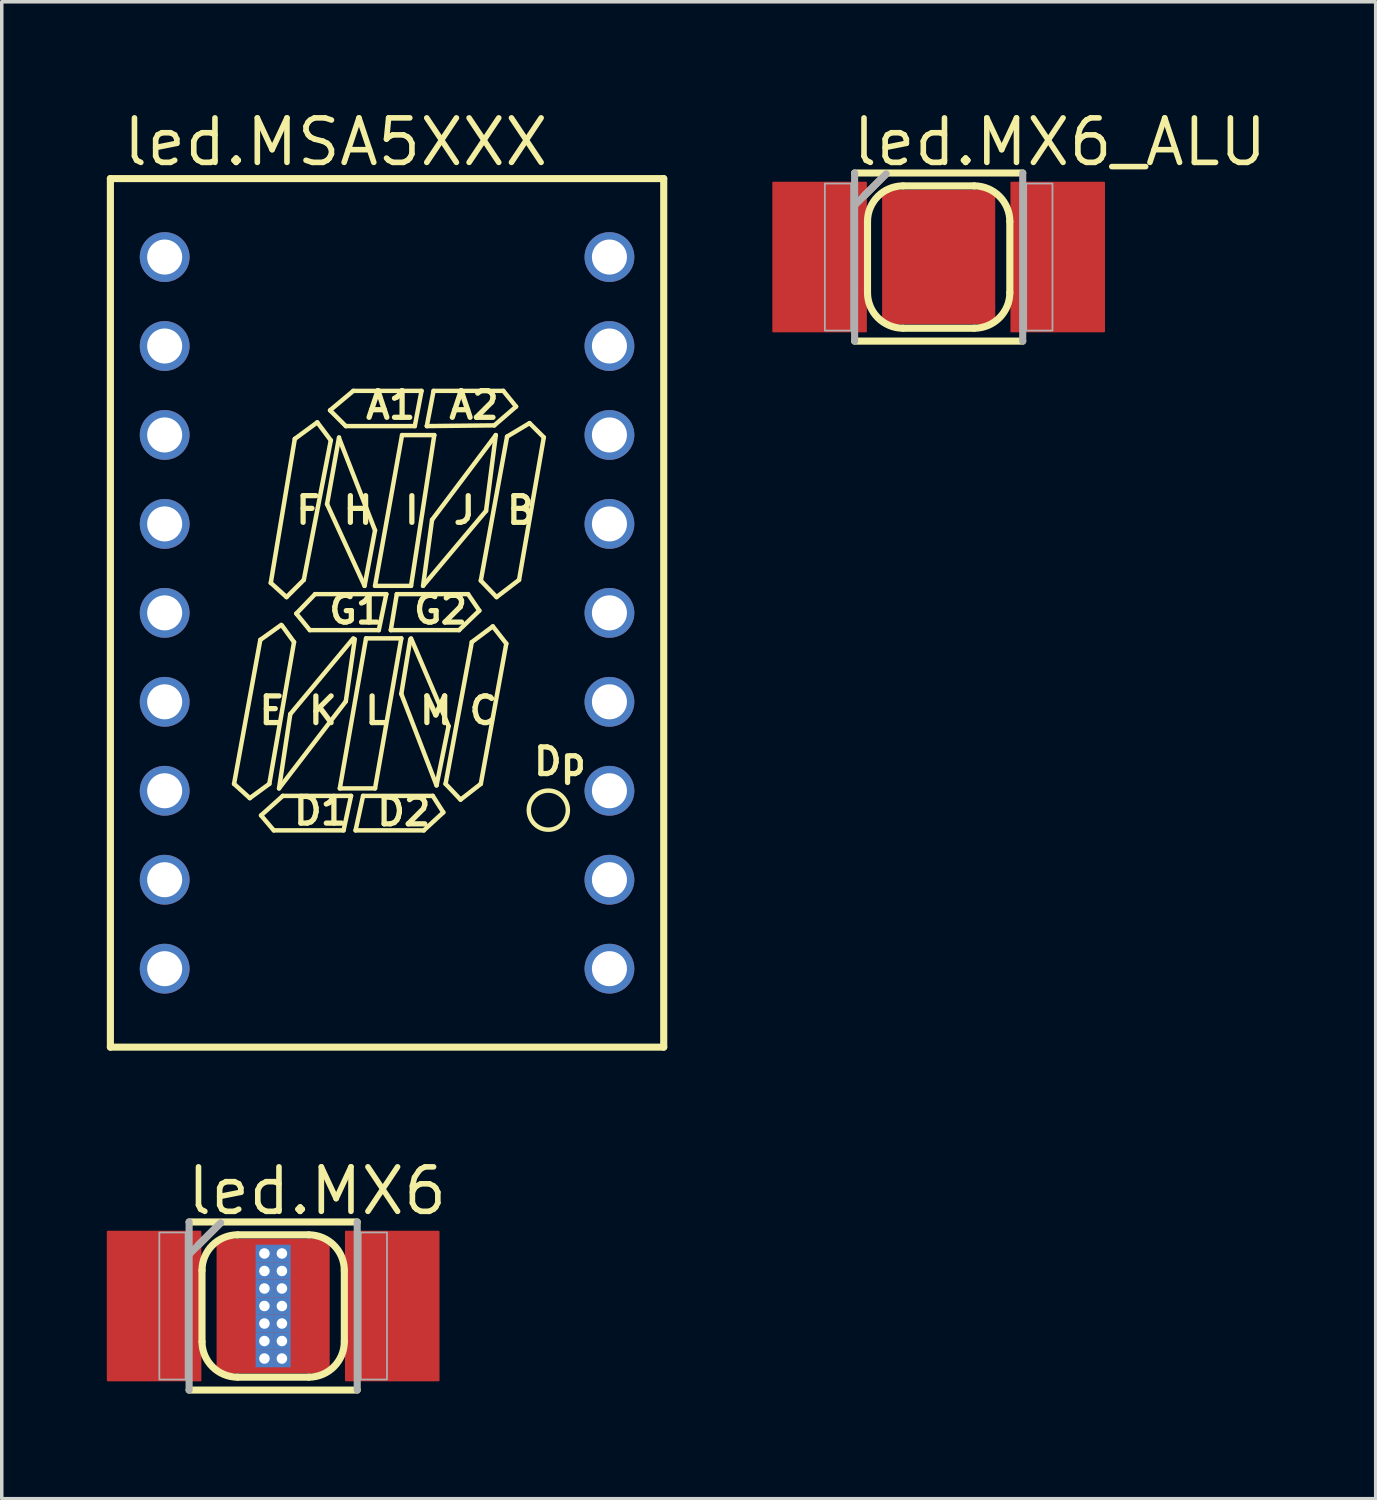
<source format=kicad_pcb>
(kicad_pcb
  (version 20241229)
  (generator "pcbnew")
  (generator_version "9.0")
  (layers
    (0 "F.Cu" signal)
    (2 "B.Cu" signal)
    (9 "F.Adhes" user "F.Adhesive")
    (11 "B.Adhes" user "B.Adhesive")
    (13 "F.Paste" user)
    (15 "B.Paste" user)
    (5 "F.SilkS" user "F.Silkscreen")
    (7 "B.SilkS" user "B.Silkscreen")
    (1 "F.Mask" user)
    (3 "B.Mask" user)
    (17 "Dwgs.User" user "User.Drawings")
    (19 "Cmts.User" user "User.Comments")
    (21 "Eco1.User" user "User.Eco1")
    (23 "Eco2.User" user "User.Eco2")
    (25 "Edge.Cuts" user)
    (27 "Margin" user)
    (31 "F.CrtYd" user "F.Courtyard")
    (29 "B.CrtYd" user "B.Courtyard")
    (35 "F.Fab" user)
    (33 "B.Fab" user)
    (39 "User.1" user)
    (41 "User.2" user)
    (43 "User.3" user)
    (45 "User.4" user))
  (footprint "led.MX6_ALU"
    (layer "F.Cu")
    (at 23.753 4.29)
    (property "Reference" "led.MX6_ALU" (at -2.54 -2.54 0) (layer "F.SilkS") (effects (font (size 1.27 1.27) (thickness 0.16)) (justify left bottom)))
    (attr smd)
    (fp_rect (start -4 2.125) (end -2.1 -2.125) (stroke (width 0.05) (type default)) (fill yes) (layer "F.Mask"))
    (fp_rect (start -0.65 1.95) (end 0.65 -1.95) (stroke (width 0.05) (type default)) (fill yes) (layer "F.Mask"))
    (fp_rect (start 2.1 2.125) (end 4 -2.125) (stroke (width 0.05) (type default)) (fill yes) (layer "F.Mask"))
    (fp_line (start -2.4 -2.4) (end 2.4 -2.4) (stroke (width 0.203) (type default)) (layer "F.SilkS"))
    (fp_line (start -2.125 -1.75) (end -1.5 -2.375) (stroke (width 0.203) (type default)) (layer "F.SilkS"))
    (fp_line (start -2.032 1.016) (end -2.032 -1.016) (stroke (width 0.203) (type default)) (layer "F.SilkS"))
    (fp_line (start -1.016 -2.032) (end 1.016 -2.032) (stroke (width 0.203) (type default)) (layer "F.SilkS"))
    (fp_line (start 1.016 2.032) (end -1.016 2.032) (stroke (width 0.203) (type default)) (layer "F.SilkS"))
    (fp_line (start 2.032 1.016) (end 2.032 -1.016) (stroke (width 0.203) (type default)) (layer "F.SilkS"))
    (fp_line (start 2.4 2.4) (end -2.4 2.4) (stroke (width 0.203) (type default)) (layer "F.SilkS"))
    (fp_arc (start -2.032 -1.016) (mid -1.73442 -1.73442) (end -1.016 -2.032) (stroke (width 0.2032) (type default)) (layer "F.SilkS"))
    (fp_arc (start -1.016 2.032) (mid -1.73442 1.73442) (end -2.032 1.016) (stroke (width 0.2032) (type default)) (layer "F.SilkS"))
    (fp_arc (start 1.016 -2.032) (mid 1.73442 -1.73442) (end 2.032 -1.016) (stroke (width 0.2032) (type default)) (layer "F.SilkS"))
    (fp_arc (start 2.032 1.016) (mid 1.73442 1.73442) (end 1.016 2.032) (stroke (width 0.2032) (type default)) (layer "F.SilkS"))
    (fp_rect (start -3.625 2) (end -2.25 -2) (stroke (width 0.05) (type default)) (fill yes) (layer "F.Paste"))
    (fp_rect (start -0.5 1.75) (end 0.5 -1.75) (stroke (width 0.05) (type default)) (fill yes) (layer "F.Paste"))
    (fp_rect (start 2.25 2) (end 3.625 -2) (stroke (width 0.05) (type default)) (fill yes) (layer "F.Paste"))
    (fp_line (start -2.4 2.4) (end -2.4 -2.4) (stroke (width 0.203) (type default)) (layer "F.Fab"))
    (fp_line (start -2.375 -1.5) (end -1.5 -2.375) (stroke (width 0.203) (type default)) (layer "F.Fab"))
    (fp_line (start 2.4 -2.4) (end 2.4 2.4) (stroke (width 0.203) (type default)) (layer "F.Fab"))
    (fp_rect (start -3.25 2.1) (end -2.5 -2.1) (stroke (width 0.05) (type default)) (fill no) (layer "F.Fab"))
    (fp_rect (start 2.5 2.1) (end 3.25 -2.1) (stroke (width 0.05) (type default)) (fill no) (layer "F.Fab"))
    (pad "A" smd roundrect (at 3.4 0 180) (size 2.7 4.3) (layers "F.Cu" "F.Mask" "F.Paste") (roundrect_rratio 0.01))
    (pad "K" smd roundrect (at -3.4 0) (size 2.7 4.3) (layers "F.Cu" "F.Mask" "F.Paste") (roundrect_rratio 0.01))
    (pad "TH" smd roundrect (at 0 0) (size 3.23 3.84) (layers "F.Cu" "F.Mask" "F.Paste") (roundrect_rratio 0.01)))
  (footprint "led.MX6"
    (layer "F.Cu")
    (at 4.75 34.242)
    (property "Reference" "led.MX6" (at -2.54 -2.54 0) (layer "F.SilkS") (effects (font (size 1.27 1.27) (thickness 0.16)) (justify left bottom)))
    (attr smd)
    (fp_rect (start -4 2.125) (end -2.1 -2.125) (stroke (width 0.05) (type default)) (fill yes) (layer "F.Mask"))
    (fp_rect (start -0.65 1.95) (end 0.65 -1.95) (stroke (width 0.05) (type default)) (fill yes) (layer "F.Mask"))
    (fp_rect (start 2.1 2.125) (end 4 -2.125) (stroke (width 0.05) (type default)) (fill yes) (layer "F.Mask"))
    (fp_line (start -2.4 -2.4) (end 2.4 -2.4) (stroke (width 0.203) (type default)) (layer "F.SilkS"))
    (fp_line (start -2.125 -1.75) (end -1.5 -2.375) (stroke (width 0.203) (type default)) (layer "F.SilkS"))
    (fp_line (start -2.032 1.016) (end -2.032 -1.016) (stroke (width 0.203) (type default)) (layer "F.SilkS"))
    (fp_line (start -1.016 -2.032) (end 1.016 -2.032) (stroke (width 0.203) (type default)) (layer "F.SilkS"))
    (fp_line (start 1.016 2.032) (end -1.016 2.032) (stroke (width 0.203) (type default)) (layer "F.SilkS"))
    (fp_line (start 2.032 1.016) (end 2.032 -1.016) (stroke (width 0.203) (type default)) (layer "F.SilkS"))
    (fp_line (start 2.4 2.4) (end -2.4 2.4) (stroke (width 0.203) (type default)) (layer "F.SilkS"))
    (fp_arc (start -2.032 -1.016) (mid -1.73442 -1.73442) (end -1.016 -2.032) (stroke (width 0.2032) (type default)) (layer "F.SilkS"))
    (fp_arc (start -1.016 2.032) (mid -1.73442 1.73442) (end -2.032 1.016) (stroke (width 0.2032) (type default)) (layer "F.SilkS"))
    (fp_arc (start 1.016 -2.032) (mid 1.73442 -1.73442) (end 2.032 -1.016) (stroke (width 0.2032) (type default)) (layer "F.SilkS"))
    (fp_arc (start 2.032 1.016) (mid 1.73442 1.73442) (end 1.016 2.032) (stroke (width 0.2032) (type default)) (layer "F.SilkS"))
    (fp_rect (start -3.625 2) (end -2.25 -2) (stroke (width 0.05) (type default)) (fill yes) (layer "F.Paste"))
    (fp_rect (start -0.5 1.75) (end 0.5 -1.75) (stroke (width 0.05) (type default)) (fill yes) (layer "F.Paste"))
    (fp_rect (start 2.25 2) (end 3.625 -2) (stroke (width 0.05) (type default)) (fill yes) (layer "F.Paste"))
    (fp_line (start -2.4 2.4) (end -2.4 -2.4) (stroke (width 0.203) (type default)) (layer "F.Fab"))
    (fp_line (start -2.375 -1.5) (end -1.5 -2.375) (stroke (width 0.203) (type default)) (layer "F.Fab"))
    (fp_line (start 2.4 -2.4) (end 2.4 2.4) (stroke (width 0.203) (type default)) (layer "F.Fab"))
    (fp_rect (start -3.25 2.1) (end -2.5 -2.1) (stroke (width 0.05) (type default)) (fill no) (layer "F.Fab"))
    (fp_rect (start 2.5 2.1) (end 3.25 -2.1) (stroke (width 0.05) (type default)) (fill no) (layer "F.Fab"))
    (pad "A" smd roundrect (at 3.4 0 180) (size 2.7 4.3) (layers "F.Cu" "F.Mask" "F.Paste") (roundrect_rratio 0.01))
    (pad "K" smd roundrect (at -3.4 0) (size 2.7 4.3) (layers "F.Cu" "F.Mask" "F.Paste") (roundrect_rratio 0.01))
    (pad "TH" smd roundrect (at 0 0) (size 3.23 3.84) (layers "F.Cu" "F.Mask" "F.Paste") (roundrect_rratio 0.01))
    (pad "TH@1" thru_hole rect (at -0.25 -1.5) (size 0.5 0.5) (drill 0.3) (layers "*.Cu" "*.Mask"))
    (pad "TH@2" thru_hole rect (at -0.25 -1) (size 0.5 0.5) (drill 0.3) (layers "*.Cu" "*.Mask"))
    (pad "TH@3" thru_hole rect (at -0.25 -0.5) (size 0.5 0.5) (drill 0.3) (layers "*.Cu" "*.Mask"))
    (pad "TH@4" thru_hole rect (at -0.25 0) (size 0.5 0.5) (drill 0.3) (layers "*.Cu" "*.Mask"))
    (pad "TH@5" thru_hole rect (at -0.25 0.5) (size 0.5 0.5) (drill 0.3) (layers "*.Cu" "*.Mask"))
    (pad "TH@6" thru_hole rect (at -0.25 1) (size 0.5 0.5) (drill 0.3) (layers "*.Cu" "*.Mask"))
    (pad "TH@7" thru_hole rect (at -0.25 1.5) (size 0.5 0.5) (drill 0.3) (layers "*.Cu" "*.Mask"))
    (pad "TH@8" thru_hole rect (at 0.25 -1.5) (size 0.5 0.5) (drill 0.3) (layers "*.Cu" "*.Mask"))
    (pad "TH@9" thru_hole rect (at 0.25 -1) (size 0.5 0.5) (drill 0.3) (layers "*.Cu" "*.Mask"))
    (pad "TH@10" thru_hole rect (at 0.25 -0.5) (size 0.5 0.5) (drill 0.3) (layers "*.Cu" "*.Mask"))
    (pad "TH@11" thru_hole rect (at 0.25 0) (size 0.5 0.5) (drill 0.3) (layers "*.Cu" "*.Mask"))
    (pad "TH@12" thru_hole rect (at 0.25 0.5) (size 0.5 0.5) (drill 0.3) (layers "*.Cu" "*.Mask"))
    (pad "TH@13" thru_hole rect (at 0.25 1) (size 0.5 0.5) (drill 0.3) (layers "*.Cu" "*.Mask"))
    (pad "TH@14" thru_hole rect (at 0.25 1.5) (size 0.5 0.5) (drill 0.3) (layers "*.Cu" "*.Mask")))
  (footprint "led.MSA5XXX"
    (layer "F.Cu")
    (at 8.002 14.45)
    (property "Reference" "led.MSA5XXX" (at -7.62 -12.7 0) (layer "F.SilkS") (effects (font (size 1.27 1.27) (thickness 0.16)) (justify left bottom)))
    (attr through_hole)
    (fp_line (start -7.9 -12.4) (end 7.9 -12.4) (stroke (width 0.203) (type default)) (layer "F.SilkS"))
    (fp_line (start -7.9 12.4) (end -7.9 -12.4) (stroke (width 0.203) (type default)) (layer "F.SilkS"))
    (fp_line (start -4.369 4.883) (end -3.619 0.771) (stroke (width 0.127) (type default)) (layer "F.SilkS"))
    (fp_line (start -3.919 5.29) (end -4.369 4.883) (stroke (width 0.127) (type default)) (layer "F.SilkS"))
    (fp_line (start -3.619 0.771) (end -3.02 0.343) (stroke (width 0.127) (type default)) (layer "F.SilkS"))
    (fp_line (start -3.598 5.783) (end -2.977 5.226) (stroke (width 0.127) (type default)) (layer "F.SilkS"))
    (fp_line (start -3.362 4.883) (end -3.919 5.29) (stroke (width 0.127) (type default)) (layer "F.SilkS"))
    (fp_line (start -3.32 -0.857) (end -2.634 -4.969) (stroke (width 0.127) (type default)) (layer "F.SilkS"))
    (fp_line (start -3.234 6.211) (end -3.598 5.783) (stroke (width 0.127) (type default)) (layer "F.SilkS"))
    (fp_line (start -3.084 5.012) (end -2.763 2.891) (stroke (width 0.127) (type default)) (layer "F.SilkS"))
    (fp_line (start -2.998 0.364) (end -2.656 0.835) (stroke (width 0.127) (type default)) (layer "F.SilkS"))
    (fp_line (start -2.977 5.226) (end -1.028 5.226) (stroke (width 0.127) (type default)) (layer "F.SilkS"))
    (fp_line (start -2.87 -0.45) (end -3.32 -0.857) (stroke (width 0.127) (type default)) (layer "F.SilkS"))
    (fp_line (start -2.763 2.891) (end -0.964 0.728) (stroke (width 0.127) (type default)) (layer "F.SilkS"))
    (fp_line (start -2.656 0.835) (end -3.362 4.883) (stroke (width 0.127) (type default)) (layer "F.SilkS"))
    (fp_line (start -2.634 -4.969) (end -1.992 -5.44) (stroke (width 0.127) (type default)) (layer "F.SilkS"))
    (fp_line (start -2.591 0.021) (end -2.056 -0.535) (stroke (width 0.127) (type default)) (layer "F.SilkS"))
    (fp_line (start -2.377 -0.942) (end -2.87 -0.45) (stroke (width 0.127) (type default)) (layer "F.SilkS"))
    (fp_line (start -2.206 0.493) (end -2.591 0.021) (stroke (width 0.127) (type default)) (layer "F.SilkS"))
    (fp_line (start -2.056 -0.535) (end -0.021 -0.535) (stroke (width 0.127) (type default)) (layer "F.SilkS"))
    (fp_line (start -1.992 -5.44) (end -1.606 -4.926) (stroke (width 0.127) (type default)) (layer "F.SilkS"))
    (fp_line (start -1.713 -3.105) (end -1.371 -5.012) (stroke (width 0.127) (type default)) (layer "F.SilkS"))
    (fp_line (start -1.628 -5.783) (end -0.964 -6.339) (stroke (width 0.127) (type default)) (layer "F.SilkS"))
    (fp_line (start -1.606 -4.926) (end -2.377 -0.942) (stroke (width 0.127) (type default)) (layer "F.SilkS"))
    (fp_line (start -1.371 -4.99) (end -0.343 -2.356) (stroke (width 0.127) (type default)) (layer "F.SilkS"))
    (fp_line (start -1.349 5.012) (end -0.6 0.728) (stroke (width 0.127) (type default)) (layer "F.SilkS"))
    (fp_line (start -1.242 6.211) (end -3.234 6.211) (stroke (width 0.127) (type default)) (layer "F.SilkS"))
    (fp_line (start -1.178 -5.333) (end -1.628 -5.783) (stroke (width 0.127) (type default)) (layer "F.SilkS"))
    (fp_line (start -1.178 2.527) (end -3.084 5.012) (stroke (width 0.127) (type default)) (layer "F.SilkS"))
    (fp_line (start -1.028 5.226) (end -1.242 6.211) (stroke (width 0.127) (type default)) (layer "F.SilkS"))
    (fp_line (start -0.964 -6.339) (end 0.985 -6.339) (stroke (width 0.127) (type default)) (layer "F.SilkS"))
    (fp_line (start -0.921 0.75) (end -1.178 2.527) (stroke (width 0.127) (type default)) (layer "F.SilkS"))
    (fp_line (start -0.899 6.211) (end -0.685 5.226) (stroke (width 0.127) (type default)) (layer "F.SilkS"))
    (fp_line (start -0.685 5.226) (end 1.306 5.226) (stroke (width 0.127) (type default)) (layer "F.SilkS"))
    (fp_line (start -0.642 -0.771) (end -1.713 -3.105) (stroke (width 0.127) (type default)) (layer "F.SilkS"))
    (fp_line (start -0.6 0.728) (end 0.407 0.728) (stroke (width 0.127) (type default)) (layer "F.SilkS"))
    (fp_line (start -0.343 -2.356) (end -0.642 -0.771) (stroke (width 0.127) (type default)) (layer "F.SilkS"))
    (fp_line (start -0.343 -0.771) (end 0.428 -5.076) (stroke (width 0.127) (type default)) (layer "F.SilkS"))
    (fp_line (start -0.343 5.012) (end -1.349 5.012) (stroke (width 0.127) (type default)) (layer "F.SilkS"))
    (fp_line (start -0.236 0.493) (end -2.206 0.493) (stroke (width 0.127) (type default)) (layer "F.SilkS"))
    (fp_line (start -0.021 -0.535) (end -0.236 0.493) (stroke (width 0.127) (type default)) (layer "F.SilkS"))
    (fp_line (start 0.107 0.493) (end 0.278 -0.535) (stroke (width 0.127) (type default)) (layer "F.SilkS"))
    (fp_line (start 0.278 -0.535) (end 2.313 -0.535) (stroke (width 0.127) (type default)) (layer "F.SilkS"))
    (fp_line (start 0.407 0.728) (end -0.343 5.012) (stroke (width 0.127) (type default)) (layer "F.SilkS"))
    (fp_line (start 0.407 2.313) (end 0.664 0.75) (stroke (width 0.127) (type default)) (layer "F.SilkS"))
    (fp_line (start 0.428 -5.076) (end 1.349 -5.076) (stroke (width 0.127) (type default)) (layer "F.SilkS"))
    (fp_line (start 0.685 -0.771) (end -0.343 -0.771) (stroke (width 0.127) (type default)) (layer "F.SilkS"))
    (fp_line (start 0.685 0.728) (end 1.756 3.234) (stroke (width 0.127) (type default)) (layer "F.SilkS"))
    (fp_line (start 0.792 -5.333) (end -1.178 -5.333) (stroke (width 0.127) (type default)) (layer "F.SilkS"))
    (fp_line (start 0.985 -6.339) (end 0.792 -5.333) (stroke (width 0.127) (type default)) (layer "F.SilkS"))
    (fp_line (start 1.028 -0.771) (end 1.285 -2.656) (stroke (width 0.127) (type default)) (layer "F.SilkS"))
    (fp_line (start 1.049 6.211) (end -0.899 6.211) (stroke (width 0.127) (type default)) (layer "F.SilkS"))
    (fp_line (start 1.135 -5.333) (end 1.328 -6.339) (stroke (width 0.127) (type default)) (layer "F.SilkS"))
    (fp_line (start 1.285 -2.656) (end 3.105 -5.076) (stroke (width 0.127) (type default)) (layer "F.SilkS"))
    (fp_line (start 1.306 5.226) (end 1.606 5.697) (stroke (width 0.127) (type default)) (layer "F.SilkS"))
    (fp_line (start 1.328 -6.339) (end 3.32 -6.339) (stroke (width 0.127) (type default)) (layer "F.SilkS"))
    (fp_line (start 1.349 -5.076) (end 0.685 -0.771) (stroke (width 0.127) (type default)) (layer "F.SilkS"))
    (fp_line (start 1.413 4.926) (end 0.407 2.313) (stroke (width 0.127) (type default)) (layer "F.SilkS"))
    (fp_line (start 1.606 5.697) (end 1.049 6.211) (stroke (width 0.127) (type default)) (layer "F.SilkS"))
    (fp_line (start 1.671 4.883) (end 2.42 0.835) (stroke (width 0.127) (type default)) (layer "F.SilkS"))
    (fp_line (start 1.756 3.234) (end 1.413 4.926) (stroke (width 0.127) (type default)) (layer "F.SilkS"))
    (fp_line (start 2.056 0.493) (end 0.107 0.493) (stroke (width 0.127) (type default)) (layer "F.SilkS"))
    (fp_line (start 2.099 5.333) (end 1.671 4.883) (stroke (width 0.127) (type default)) (layer "F.SilkS"))
    (fp_line (start 2.313 -0.535) (end 2.634 -0.064) (stroke (width 0.127) (type default)) (layer "F.SilkS"))
    (fp_line (start 2.42 0.835) (end 3.02 0.386) (stroke (width 0.127) (type default)) (layer "F.SilkS"))
    (fp_line (start 2.634 -0.064) (end 2.056 0.493) (stroke (width 0.127) (type default)) (layer "F.SilkS"))
    (fp_line (start 2.677 -0.921) (end 3.427 -5.033) (stroke (width 0.127) (type default)) (layer "F.SilkS"))
    (fp_line (start 2.677 4.883) (end 2.099 5.333) (stroke (width 0.127) (type default)) (layer "F.SilkS"))
    (fp_line (start 2.827 -2.913) (end 1.028 -0.771) (stroke (width 0.127) (type default)) (layer "F.SilkS"))
    (fp_line (start 3.02 0.386) (end 3.405 0.878) (stroke (width 0.127) (type default)) (layer "F.SilkS"))
    (fp_line (start 3.063 -5.354) (end 1.135 -5.333) (stroke (width 0.127) (type default)) (layer "F.SilkS"))
    (fp_line (start 3.105 -5.076) (end 2.827 -2.913) (stroke (width 0.127) (type default)) (layer "F.SilkS"))
    (fp_line (start 3.127 -0.45) (end 2.677 -0.921) (stroke (width 0.127) (type default)) (layer "F.SilkS"))
    (fp_line (start 3.32 -6.339) (end 3.684 -5.89) (stroke (width 0.127) (type default)) (layer "F.SilkS"))
    (fp_line (start 3.405 0.878) (end 2.677 4.883) (stroke (width 0.127) (type default)) (layer "F.SilkS"))
    (fp_line (start 3.427 -5.033) (end 4.069 -5.418) (stroke (width 0.127) (type default)) (layer "F.SilkS"))
    (fp_line (start 3.684 -5.89) (end 3.063 -5.354) (stroke (width 0.127) (type default)) (layer "F.SilkS"))
    (fp_line (start 3.769 -0.942) (end 3.127 -0.45) (stroke (width 0.127) (type default)) (layer "F.SilkS"))
    (fp_line (start 4.069 -5.418) (end 4.476 -5.012) (stroke (width 0.127) (type default)) (layer "F.SilkS"))
    (fp_line (start 4.476 -5.012) (end 3.769 -0.942) (stroke (width 0.127) (type default)) (layer "F.SilkS"))
    (fp_line (start 7.9 -12.4) (end 7.9 12.4) (stroke (width 0.203) (type default)) (layer "F.SilkS"))
    (fp_line (start 7.9 12.4) (end -7.9 12.4) (stroke (width 0.203) (type default)) (layer "F.SilkS"))
    (fp_circle (center 4.605 5.633) (end 5.163 5.633) (stroke (width 0.127) (type default)) (fill no) (layer "F.SilkS"))
    (fp_text user "H" (at -1.328 -2.484 0) (layer "F.SilkS") (effects (font (size 0.762 0.762) (thickness 0.15)) (justify left bottom)))
    (fp_text user "D1" (at -2.741 6.104 0) (layer "F.SilkS") (effects (font (size 0.762 0.762) (thickness 0.15)) (justify left bottom)))
    (fp_text user "B" (at 3.341 -2.484 0) (layer "F.SilkS") (effects (font (size 0.762 0.762) (thickness 0.15)) (justify left bottom)))
    (fp_text user "M" (at 0.857 3.234 0) (layer "F.SilkS") (effects (font (size 0.762 0.762) (thickness 0.15)) (justify left bottom)))
    (fp_text user "J" (at 1.82 -2.484 0) (layer "F.SilkS") (effects (font (size 0.762 0.762) (thickness 0.15)) (justify left bottom)))
    (fp_text user "F" (at -2.677 -2.484 0) (layer "F.SilkS") (effects (font (size 0.762 0.762) (thickness 0.15)) (justify left bottom)))
    (fp_text user "E" (at -3.727 3.234 0) (layer "F.SilkS") (effects (font (size 0.762 0.762) (thickness 0.15)) (justify left bottom)))
    (fp_text user "Dp" (at 4.112 4.69 0) (layer "F.SilkS") (effects (font (size 0.762 0.762) (thickness 0.15)) (justify left bottom)))
    (fp_text user "K" (at -2.313 3.234 0) (layer "F.SilkS") (effects (font (size 0.762 0.762) (thickness 0.15)) (justify left bottom)))
    (fp_text user "I" (at 0.428 -2.484 0) (layer "F.SilkS") (effects (font (size 0.762 0.762) (thickness 0.15)) (justify left bottom)))
    (fp_text user "G1" (at -1.735 0.364 0) (layer "F.SilkS") (effects (font (size 0.762 0.762) (thickness 0.15)) (justify left bottom)))
    (fp_text user "C" (at 2.27 3.234 0) (layer "F.SilkS") (effects (font (size 0.762 0.762) (thickness 0.15)) (justify left bottom)))
    (fp_text user "L" (at -0.707 3.234 0) (layer "F.SilkS") (effects (font (size 0.762 0.762) (thickness 0.15)) (justify left bottom)))
    (fp_text user "D2" (at -0.364 6.125 0) (layer "F.SilkS") (effects (font (size 0.762 0.762) (thickness 0.15)) (justify left bottom)))
    (fp_text user "G2" (at 0.685 0.364 0) (layer "F.SilkS") (effects (font (size 0.762 0.762) (thickness 0.15)) (justify left bottom)))
    (fp_text user "A1" (at -0.685 -5.483 0) (layer "F.SilkS") (effects (font (size 0.762 0.762) (thickness 0.15)) (justify left bottom)))
    (fp_text user "A2" (at 1.692 -5.483 0) (layer "F.SilkS") (effects (font (size 0.762 0.762) (thickness 0.15)) (justify left bottom)))
    (pad "1" thru_hole circle (at -6.35 -10.16) (size 1.422 1.422) (drill 1) (layers "*.Cu" "*.Mask"))
    (pad "2" thru_hole circle (at -6.35 -7.62) (size 1.422 1.422) (drill 1) (layers "*.Cu" "*.Mask"))
    (pad "3" thru_hole circle (at -6.35 -5.08) (size 1.422 1.422) (drill 1) (layers "*.Cu" "*.Mask"))
    (pad "4" thru_hole circle (at -6.35 -2.54) (size 1.422 1.422) (drill 1) (layers "*.Cu" "*.Mask"))
    (pad "5" thru_hole circle (at -6.35 0) (size 1.422 1.422) (drill 1) (layers "*.Cu" "*.Mask"))
    (pad "6" thru_hole circle (at -6.35 2.54) (size 1.422 1.422) (drill 1) (layers "*.Cu" "*.Mask"))
    (pad "7" thru_hole circle (at -6.35 5.08) (size 1.422 1.422) (drill 1) (layers "*.Cu" "*.Mask"))
    (pad "8" thru_hole circle (at -6.35 7.62) (size 1.422 1.422) (drill 1) (layers "*.Cu" "*.Mask"))
    (pad "9" thru_hole circle (at -6.35 10.16) (size 1.422 1.422) (drill 1) (layers "*.Cu" "*.Mask"))
    (pad "10" thru_hole circle (at 6.35 10.16) (size 1.422 1.422) (drill 1) (layers "*.Cu" "*.Mask"))
    (pad "11" thru_hole circle (at 6.35 7.62) (size 1.422 1.422) (drill 1) (layers "*.Cu" "*.Mask"))
    (pad "12" thru_hole circle (at 6.35 5.08) (size 1.422 1.422) (drill 1) (layers "*.Cu" "*.Mask"))
    (pad "13" thru_hole circle (at 6.35 2.54) (size 1.422 1.422) (drill 1) (layers "*.Cu" "*.Mask"))
    (pad "14" thru_hole circle (at 6.35 0) (size 1.422 1.422) (drill 1) (layers "*.Cu" "*.Mask"))
    (pad "15" thru_hole circle (at 6.35 -2.54) (size 1.422 1.422) (drill 1) (layers "*.Cu" "*.Mask"))
    (pad "16" thru_hole circle (at 6.35 -5.08) (size 1.422 1.422) (drill 1) (layers "*.Cu" "*.Mask"))
    (pad "17" thru_hole circle (at 6.35 -7.62) (size 1.422 1.422) (drill 1) (layers "*.Cu" "*.Mask"))
    (pad "18" thru_hole circle (at 6.35 -10.16) (size 1.422 1.422) (drill 1) (layers "*.Cu" "*.Mask")))
  (gr_rect
    (start -3 -3)
    (end 36.232 39.743)
    (stroke (width 0.1) (type default))
    (fill no)
    (layer "Edge.Cuts")))
</source>
